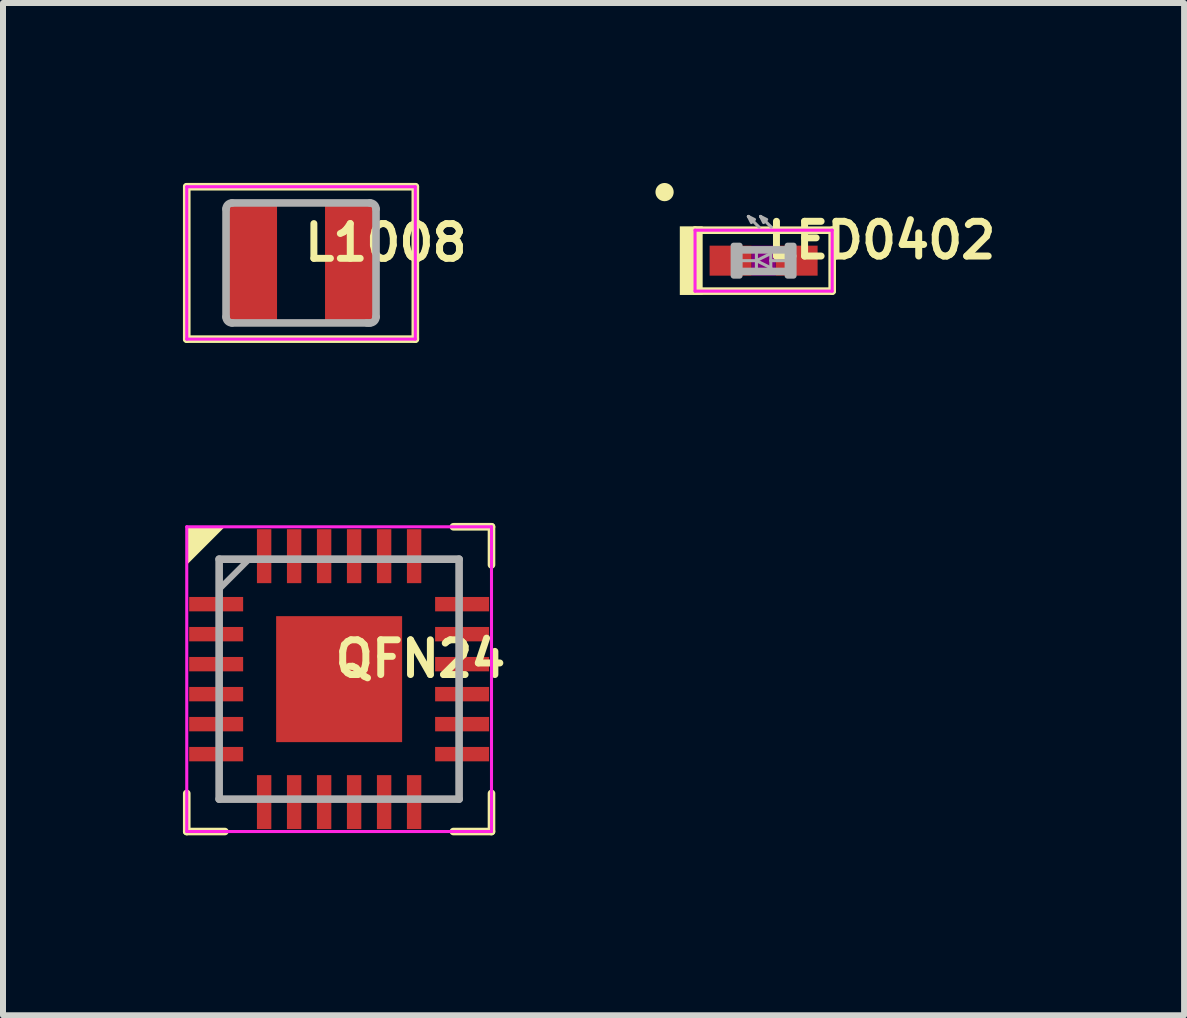
<source format=kicad_pcb>
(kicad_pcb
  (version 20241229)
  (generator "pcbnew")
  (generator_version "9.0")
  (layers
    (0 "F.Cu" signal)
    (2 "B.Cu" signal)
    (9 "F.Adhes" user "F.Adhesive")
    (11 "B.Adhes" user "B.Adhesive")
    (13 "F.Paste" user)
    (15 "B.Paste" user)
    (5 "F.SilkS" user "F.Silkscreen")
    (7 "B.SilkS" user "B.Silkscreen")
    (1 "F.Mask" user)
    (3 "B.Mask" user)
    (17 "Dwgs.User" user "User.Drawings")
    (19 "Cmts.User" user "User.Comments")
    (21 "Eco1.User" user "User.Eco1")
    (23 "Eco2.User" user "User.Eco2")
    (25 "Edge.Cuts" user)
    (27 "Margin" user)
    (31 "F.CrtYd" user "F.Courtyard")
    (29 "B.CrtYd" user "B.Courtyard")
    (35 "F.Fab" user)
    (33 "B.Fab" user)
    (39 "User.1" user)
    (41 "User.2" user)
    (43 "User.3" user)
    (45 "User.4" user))
  (footprint "LED0402"
    (layer "F.Cu")
    (at 9.679 1.295)
    (property "Reference" "LED0402" (at 0 0 180) (layer "F.SilkS") (effects (font (size 0.579 0.579) (thickness 0.116)) (justify left bottom)))
    (attr through_hole)
    (fp_line (start -1.143 -0.508) (end -1.143 0.508) (stroke (width 0.127) (type solid)) (layer "F.SilkS"))
    (fp_line (start -1.143 0.508) (end 1.143 0.508) (stroke (width 0.127) (type solid)) (layer "F.SilkS"))
    (fp_line (start 1.143 -0.508) (end -1.143 -0.508) (stroke (width 0.127) (type solid)) (layer "F.SilkS"))
    (fp_line (start 1.143 0.508) (end 1.143 -0.508) (stroke (width 0.127) (type solid)) (layer "F.SilkS"))
    (fp_circle (center -1.651 -1.143) (end -1.575 -1.143) (stroke (width 0.152) (type solid)) (fill no) (layer "F.SilkS"))
    (fp_poly (pts (xy -1.397 0.572) (xy -1.016 0.572) (xy -1.016 -0.572) (xy -1.397 -0.572)) (stroke (width 0) (type solid)) (fill yes) (layer "F.SilkS"))
    (fp_poly (pts (xy -0.2 0.25) (xy 0.2 0.25) (xy 0.2 -0.25) (xy -0.2 -0.25)) (stroke (width 0) (type solid)) (fill yes) (layer "F.Adhes"))
    (fp_line (start -1.143 -0.508) (end 1.143 -0.508) (stroke (width 0.051) (type solid)) (layer "F.CrtYd"))
    (fp_line (start -1.143 0.508) (end -1.143 -0.508) (stroke (width 0.051) (type solid)) (layer "F.CrtYd"))
    (fp_line (start 1.143 -0.508) (end 1.143 0.508) (stroke (width 0.051) (type solid)) (layer "F.CrtYd"))
    (fp_line (start 1.143 0.508) (end -1.143 0.508) (stroke (width 0.051) (type solid)) (layer "F.CrtYd"))
    (fp_line (start -0.4 0.18) (end 0.4 0.18) (stroke (width 0.127) (type solid)) (layer "F.Fab"))
    (fp_line (start -0.254 -0.737) (end -0.203 -0.635) (stroke (width 0.051) (type solid)) (layer "F.Fab"))
    (fp_line (start -0.254 -0.737) (end -0.152 -0.686) (stroke (width 0.051) (type solid)) (layer "F.Fab"))
    (fp_line (start -0.254 -0.737) (end -0.076 -0.559) (stroke (width 0.051) (type solid)) (layer "F.Fab"))
    (fp_line (start -0.12 0) (end -0.4 0) (stroke (width 0.051) (type solid)) (layer "F.Fab"))
    (fp_line (start -0.12 0) (end -0.12 -0.12) (stroke (width 0.051) (type solid)) (layer "F.Fab"))
    (fp_line (start -0.12 0) (end -0.12 0.12) (stroke (width 0.051) (type solid)) (layer "F.Fab"))
    (fp_line (start -0.12 0) (end 0.12 -0.12) (stroke (width 0.051) (type solid)) (layer "F.Fab"))
    (fp_line (start -0.051 -0.737) (end 0 -0.635) (stroke (width 0.051) (type solid)) (layer "F.Fab"))
    (fp_line (start -0.051 -0.737) (end 0.051 -0.686) (stroke (width 0.051) (type solid)) (layer "F.Fab"))
    (fp_line (start -0.051 -0.737) (end 0.127 -0.559) (stroke (width 0.051) (type solid)) (layer "F.Fab"))
    (fp_line (start 0.12 -0.12) (end 0.12 0) (stroke (width 0.051) (type solid)) (layer "F.Fab"))
    (fp_line (start 0.12 0) (end 0.12 0.12) (stroke (width 0.051) (type solid)) (layer "F.Fab"))
    (fp_line (start 0.12 0) (end 0.4 0) (stroke (width 0.051) (type solid)) (layer "F.Fab"))
    (fp_line (start 0.12 0.12) (end -0.12 0) (stroke (width 0.051) (type solid)) (layer "F.Fab"))
    (fp_line (start 0.4 -0.18) (end -0.4 -0.18) (stroke (width 0.127) (type solid)) (layer "F.Fab"))
    (fp_poly (pts (xy -0.5 0.25) (xy -0.4 0.25) (xy -0.4 -0.25) (xy -0.5 -0.25)) (stroke (width 0.1) (type solid)) (fill no) (layer "F.Fab"))
    (fp_poly (pts (xy 0.4 0.25) (xy 0.5 0.25) (xy 0.5 -0.25) (xy 0.4 -0.25)) (stroke (width 0.1) (type solid)) (fill no) (layer "F.Fab"))
    (pad "1" smd rect (at -0.55 0) (size 0.7 0.5) (layers "F.Cu" "F.Mask" "F.Paste"))
    (pad "2" smd rect (at 0.55 0) (size 0.7 0.5) (layers "F.Cu" "F.Mask" "F.Paste")))
  (footprint "QFN24"
    (layer "F.Cu")
    (at 2.603 8.271)
    (property "Reference" "QFN24" (at -0.127 0 180) (layer "F.SilkS") (effects (font (size 0.579 0.579) (thickness 0.116)) (justify left bottom)))
    (attr through_hole)
    (fp_line (start -2.54 1.905) (end -2.54 2.54) (stroke (width 0.127) (type solid)) (layer "F.SilkS"))
    (fp_line (start -2.54 2.54) (end -1.905 2.54) (stroke (width 0.127) (type solid)) (layer "F.SilkS"))
    (fp_line (start 1.905 -2.54) (end 2.54 -2.54) (stroke (width 0.127) (type solid)) (layer "F.SilkS"))
    (fp_line (start 1.905 2.54) (end 2.54 2.54) (stroke (width 0.127) (type solid)) (layer "F.SilkS"))
    (fp_line (start 2.54 -2.54) (end 2.54 -1.905) (stroke (width 0.127) (type solid)) (layer "F.SilkS"))
    (fp_line (start 2.54 2.54) (end 2.54 1.905) (stroke (width 0.127) (type solid)) (layer "F.SilkS"))
    (fp_poly (pts (xy -2.54 -2.54) (xy -2.54 -1.905) (xy -1.905 -2.54)) (stroke (width 0) (type solid)) (fill yes) (layer "F.SilkS"))
    (fp_poly (pts (xy -0.6 -0.15) (xy -0.15 -0.15) (xy -0.15 -0.6) (xy -0.6 -0.6)) (stroke (width 0) (type solid)) (fill yes) (layer "F.Paste"))
    (fp_poly (pts (xy -0.6 0.6) (xy -0.15 0.6) (xy -0.15 0.15) (xy -0.6 0.15)) (stroke (width 0) (type solid)) (fill yes) (layer "F.Paste"))
    (fp_poly (pts (xy 0.15 -0.15) (xy 0.6 -0.15) (xy 0.6 -0.6) (xy 0.15 -0.6)) (stroke (width 0) (type solid)) (fill yes) (layer "F.Paste"))
    (fp_poly (pts (xy 0.15 0.6) (xy 0.6 0.6) (xy 0.6 0.15) (xy 0.15 0.15)) (stroke (width 0) (type solid)) (fill yes) (layer "F.Paste"))
    (fp_line (start -2.54 -2.54) (end 2.54 -2.54) (stroke (width 0.051) (type solid)) (layer "F.CrtYd"))
    (fp_line (start -2.54 2.54) (end -2.54 -2.54) (stroke (width 0.051) (type solid)) (layer "F.CrtYd"))
    (fp_line (start 2.54 -2.54) (end 2.54 2.54) (stroke (width 0.051) (type solid)) (layer "F.CrtYd"))
    (fp_line (start 2.54 2.54) (end -2.54 2.54) (stroke (width 0.051) (type solid)) (layer "F.CrtYd"))
    (fp_line (start -2 -2) (end 2 -2) (stroke (width 0.127) (type solid)) (layer "F.Fab"))
    (fp_line (start -2 2) (end -2 -2) (stroke (width 0.127) (type solid)) (layer "F.Fab"))
    (fp_line (start 2 -2) (end 2 2) (stroke (width 0.127) (type solid)) (layer "F.Fab"))
    (fp_line (start 2 2) (end -2 2) (stroke (width 0.127) (type solid)) (layer "F.Fab"))
    (fp_poly (pts (xy -2 -2) (xy -2 -1.5) (xy -1.5 -2)) (stroke (width 0.1) (type solid)) (fill no) (layer "F.Fab"))
    (pad "1" smd rect (at -2.05 -1.25) (size 0.9 0.24) (layers "F.Cu" "F.Mask" "F.Paste"))
    (pad "2" smd rect (at -2.05 -0.75) (size 0.9 0.24) (layers "F.Cu" "F.Mask" "F.Paste"))
    (pad "3" smd rect (at -2.05 -0.25) (size 0.9 0.24) (layers "F.Cu" "F.Mask" "F.Paste"))
    (pad "4" smd rect (at -2.05 0.25) (size 0.9 0.24) (layers "F.Cu" "F.Mask" "F.Paste"))
    (pad "5" smd rect (at -2.05 0.75) (size 0.9 0.24) (layers "F.Cu" "F.Mask" "F.Paste"))
    (pad "6" smd rect (at -2.05 1.25 180) (size 0.9 0.24) (layers "F.Cu" "F.Mask" "F.Paste"))
    (pad "7" smd rect (at -1.25 2.05 90) (size 0.9 0.24) (layers "F.Cu" "F.Mask" "F.Paste"))
    (pad "8" smd rect (at -0.75 2.05 90) (size 0.9 0.24) (layers "F.Cu" "F.Mask" "F.Paste"))
    (pad "9" smd rect (at -0.25 2.05 90) (size 0.9 0.24) (layers "F.Cu" "F.Mask" "F.Paste"))
    (pad "10" smd rect (at 0.25 2.05 90) (size 0.9 0.24) (layers "F.Cu" "F.Mask" "F.Paste"))
    (pad "11" smd rect (at 0.75 2.05 90) (size 0.9 0.24) (layers "F.Cu" "F.Mask" "F.Paste"))
    (pad "12" smd rect (at 1.25 2.05 270) (size 0.9 0.24) (layers "F.Cu" "F.Mask" "F.Paste"))
    (pad "13" smd rect (at 2.05 1.25 180) (size 0.9 0.24) (layers "F.Cu" "F.Mask" "F.Paste"))
    (pad "14" smd rect (at 2.05 0.75 180) (size 0.9 0.24) (layers "F.Cu" "F.Mask" "F.Paste"))
    (pad "15" smd rect (at 2.05 0.25 180) (size 0.9 0.24) (layers "F.Cu" "F.Mask" "F.Paste"))
    (pad "16" smd rect (at 2.05 -0.25 180) (size 0.9 0.24) (layers "F.Cu" "F.Mask" "F.Paste"))
    (pad "17" smd rect (at 2.05 -0.75) (size 0.9 0.24) (layers "F.Cu" "F.Mask" "F.Paste"))
    (pad "18" smd rect (at 2.05 -1.25) (size 0.9 0.24) (layers "F.Cu" "F.Mask" "F.Paste"))
    (pad "19" smd rect (at 1.25 -2.05 270) (size 0.9 0.24) (layers "F.Cu" "F.Mask" "F.Paste"))
    (pad "20" smd rect (at 0.75 -2.05 270) (size 0.9 0.24) (layers "F.Cu" "F.Mask" "F.Paste"))
    (pad "21" smd rect (at 0.25 -2.05 270) (size 0.9 0.24) (layers "F.Cu" "F.Mask" "F.Paste"))
    (pad "22" smd rect (at -0.25 -2.05 270) (size 0.9 0.24) (layers "F.Cu" "F.Mask" "F.Paste"))
    (pad "23" smd rect (at -0.75 -2.05 270) (size 0.9 0.24) (layers "F.Cu" "F.Mask" "F.Paste"))
    (pad "24" smd rect (at -1.25 -2.05 270) (size 0.9 0.24) (layers "F.Cu" "F.Mask" "F.Paste"))
    (pad "25" smd rect (at 0 0) (size 2.1 2.1) (layers "F.Cu" "F.Mask")))
  (footprint "L1008"
    (layer "F.Cu")
    (at 1.968 1.333)
    (property "Reference" "L1008" (at 0 0 180) (layer "F.SilkS") (effects (font (size 0.579 0.579) (thickness 0.116)) (justify left bottom)))
    (attr through_hole)
    (fp_line (start -1.905 -1.27) (end 1.905 -1.27) (stroke (width 0.127) (type solid)) (layer "F.SilkS"))
    (fp_line (start -1.905 1.27) (end -1.905 -1.27) (stroke (width 0.127) (type solid)) (layer "F.SilkS"))
    (fp_line (start 1.905 -1.27) (end 1.905 1.27) (stroke (width 0.127) (type solid)) (layer "F.SilkS"))
    (fp_line (start 1.905 1.27) (end -1.905 1.27) (stroke (width 0.127) (type solid)) (layer "F.SilkS"))
    (fp_line (start -1.905 -1.27) (end 1.905 -1.27) (stroke (width 0.051) (type solid)) (layer "F.CrtYd"))
    (fp_line (start -1.905 1.27) (end -1.905 -1.27) (stroke (width 0.051) (type solid)) (layer "F.CrtYd"))
    (fp_line (start 1.905 -1.27) (end 1.905 1.27) (stroke (width 0.051) (type solid)) (layer "F.CrtYd"))
    (fp_line (start 1.905 1.27) (end -1.905 1.27) (stroke (width 0.051) (type solid)) (layer "F.CrtYd"))
    (fp_line (start -1.25 -0.9) (end -1.25 0.9) (stroke (width 0.127) (type solid)) (layer "F.Fab"))
    (fp_line (start -1.15 -1) (end 1.15 -1) (stroke (width 0.127) (type solid)) (layer "F.Fab"))
    (fp_line (start -1.15 1) (end 1.1 1) (stroke (width 0.127) (type solid)) (layer "F.Fab"))
    (fp_line (start 1.25 -0.9) (end 1.25 0.9) (stroke (width 0.127) (type solid)) (layer "F.Fab"))
    (fp_arc (start -1.25 -0.9) (mid -1.220711 -0.970711) (end -1.15 -1) (stroke (width 0.127) (type solid)) (layer "F.Fab"))
    (fp_arc (start -1.15 1) (mid -1.220711 0.970711) (end -1.25 0.9) (stroke (width 0.127) (type solid)) (layer "F.Fab"))
    (fp_arc (start 1.15 -1) (mid 1.220711 -0.970711) (end 1.25 -0.9) (stroke (width 0.127) (type solid)) (layer "F.Fab"))
    (fp_arc (start 1.15 1) (mid 1.125 1.002475) (end 1.1 1) (stroke (width 0.127) (type solid)) (layer "F.Fab"))
    (fp_arc (start 1.25 0.9) (mid 1.220711 0.970711) (end 1.15 1) (stroke (width 0.127) (type solid)) (layer "F.Fab"))
    (pad "1" smd rect (at -0.825 0 90) (size 2 0.85) (layers "F.Cu" "F.Mask" "F.Paste"))
    (pad "2" smd rect (at 0.825 0 90) (size 2 0.85) (layers "F.Cu" "F.Mask" "F.Paste")))
  (gr_rect
    (start -3 -3)
    (end 16.688 13.874)
    (stroke (width 0.1) (type default))
    (fill no)
    (layer "Edge.Cuts")))
</source>
